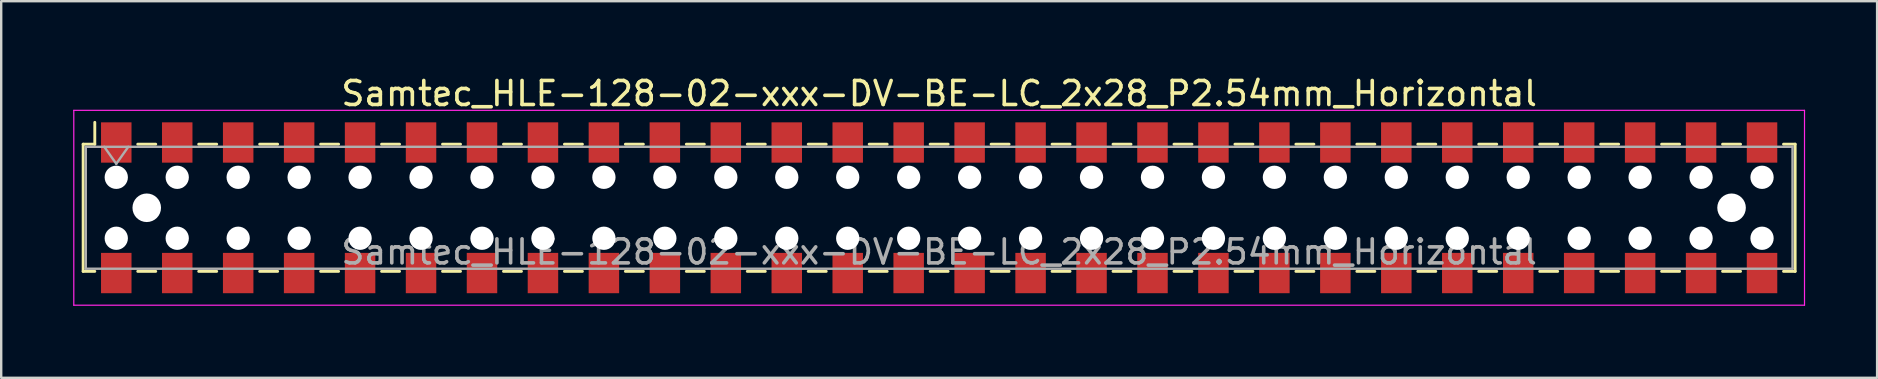
<source format=kicad_pcb>
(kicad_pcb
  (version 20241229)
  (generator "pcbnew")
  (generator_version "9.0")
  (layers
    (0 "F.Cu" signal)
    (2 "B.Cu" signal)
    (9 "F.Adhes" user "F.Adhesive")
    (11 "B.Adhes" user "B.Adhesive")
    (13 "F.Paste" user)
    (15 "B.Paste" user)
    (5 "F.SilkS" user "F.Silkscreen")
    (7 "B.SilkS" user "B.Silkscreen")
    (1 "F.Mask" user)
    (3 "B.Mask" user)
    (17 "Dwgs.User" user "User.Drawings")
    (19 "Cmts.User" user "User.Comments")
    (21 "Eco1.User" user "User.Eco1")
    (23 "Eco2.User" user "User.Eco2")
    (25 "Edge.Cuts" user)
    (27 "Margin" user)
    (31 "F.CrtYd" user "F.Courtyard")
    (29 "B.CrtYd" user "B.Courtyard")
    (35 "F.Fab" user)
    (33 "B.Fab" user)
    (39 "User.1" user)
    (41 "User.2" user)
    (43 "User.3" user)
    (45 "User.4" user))
  (footprint "Samtec_HLE-128-02-xxx-DV-BE-LC_2x28_P2.54mm_Horizontal"
    (layer "F.Cu")
    (at 36.085 5.608)
    (property "Reference" "Samtec_HLE-128-02-xxx-DV-BE-LC_2x28_P2.54mm_Horizontal" (at 0 -4.76 0) (layer "F.SilkS") (effects (font (size 1 1) (thickness 0.15))))
    (attr smd)
    (fp_line (start -35.67 -2.65) (end -35.67 2.65) (stroke (width 0.12) (type solid)) (layer "F.SilkS"))
    (fp_line (start -35.67 2.65) (end -35.185 2.65) (stroke (width 0.12) (type solid)) (layer "F.SilkS"))
    (fp_line (start -35.185 -3.56) (end -35.185 -2.65) (stroke (width 0.12) (type solid)) (layer "F.SilkS"))
    (fp_line (start -35.185 -2.65) (end -35.67 -2.65) (stroke (width 0.12) (type solid)) (layer "F.SilkS"))
    (fp_line (start -33.395 -2.65) (end -32.645 -2.65) (stroke (width 0.12) (type solid)) (layer "F.SilkS"))
    (fp_line (start -33.395 2.65) (end -32.645 2.65) (stroke (width 0.12) (type solid)) (layer "F.SilkS"))
    (fp_line (start -30.855 -2.65) (end -30.105 -2.65) (stroke (width 0.12) (type solid)) (layer "F.SilkS"))
    (fp_line (start -30.855 2.65) (end -30.105 2.65) (stroke (width 0.12) (type solid)) (layer "F.SilkS"))
    (fp_line (start -28.315 -2.65) (end -27.565 -2.65) (stroke (width 0.12) (type solid)) (layer "F.SilkS"))
    (fp_line (start -28.315 2.65) (end -27.565 2.65) (stroke (width 0.12) (type solid)) (layer "F.SilkS"))
    (fp_line (start -25.775 -2.65) (end -25.025 -2.65) (stroke (width 0.12) (type solid)) (layer "F.SilkS"))
    (fp_line (start -25.775 2.65) (end -25.025 2.65) (stroke (width 0.12) (type solid)) (layer "F.SilkS"))
    (fp_line (start -23.235 -2.65) (end -22.485 -2.65) (stroke (width 0.12) (type solid)) (layer "F.SilkS"))
    (fp_line (start -23.235 2.65) (end -22.485 2.65) (stroke (width 0.12) (type solid)) (layer "F.SilkS"))
    (fp_line (start -20.695 -2.65) (end -19.945 -2.65) (stroke (width 0.12) (type solid)) (layer "F.SilkS"))
    (fp_line (start -20.695 2.65) (end -19.945 2.65) (stroke (width 0.12) (type solid)) (layer "F.SilkS"))
    (fp_line (start -18.155 -2.65) (end -17.405 -2.65) (stroke (width 0.12) (type solid)) (layer "F.SilkS"))
    (fp_line (start -18.155 2.65) (end -17.405 2.65) (stroke (width 0.12) (type solid)) (layer "F.SilkS"))
    (fp_line (start -15.615 -2.65) (end -14.865 -2.65) (stroke (width 0.12) (type solid)) (layer "F.SilkS"))
    (fp_line (start -15.615 2.65) (end -14.865 2.65) (stroke (width 0.12) (type solid)) (layer "F.SilkS"))
    (fp_line (start -13.075 -2.65) (end -12.325 -2.65) (stroke (width 0.12) (type solid)) (layer "F.SilkS"))
    (fp_line (start -13.075 2.65) (end -12.325 2.65) (stroke (width 0.12) (type solid)) (layer "F.SilkS"))
    (fp_line (start -10.535 -2.65) (end -9.785 -2.65) (stroke (width 0.12) (type solid)) (layer "F.SilkS"))
    (fp_line (start -10.535 2.65) (end -9.785 2.65) (stroke (width 0.12) (type solid)) (layer "F.SilkS"))
    (fp_line (start -7.995 -2.65) (end -7.245 -2.65) (stroke (width 0.12) (type solid)) (layer "F.SilkS"))
    (fp_line (start -7.995 2.65) (end -7.245 2.65) (stroke (width 0.12) (type solid)) (layer "F.SilkS"))
    (fp_line (start -5.455 -2.65) (end -4.705 -2.65) (stroke (width 0.12) (type solid)) (layer "F.SilkS"))
    (fp_line (start -5.455 2.65) (end -4.705 2.65) (stroke (width 0.12) (type solid)) (layer "F.SilkS"))
    (fp_line (start -2.915 -2.65) (end -2.165 -2.65) (stroke (width 0.12) (type solid)) (layer "F.SilkS"))
    (fp_line (start -2.915 2.65) (end -2.165 2.65) (stroke (width 0.12) (type solid)) (layer "F.SilkS"))
    (fp_line (start -0.375 -2.65) (end 0.375 -2.65) (stroke (width 0.12) (type solid)) (layer "F.SilkS"))
    (fp_line (start -0.375 2.65) (end 0.375 2.65) (stroke (width 0.12) (type solid)) (layer "F.SilkS"))
    (fp_line (start 2.165 -2.65) (end 2.915 -2.65) (stroke (width 0.12) (type solid)) (layer "F.SilkS"))
    (fp_line (start 2.165 2.65) (end 2.915 2.65) (stroke (width 0.12) (type solid)) (layer "F.SilkS"))
    (fp_line (start 4.705 -2.65) (end 5.455 -2.65) (stroke (width 0.12) (type solid)) (layer "F.SilkS"))
    (fp_line (start 4.705 2.65) (end 5.455 2.65) (stroke (width 0.12) (type solid)) (layer "F.SilkS"))
    (fp_line (start 7.245 -2.65) (end 7.995 -2.65) (stroke (width 0.12) (type solid)) (layer "F.SilkS"))
    (fp_line (start 7.245 2.65) (end 7.995 2.65) (stroke (width 0.12) (type solid)) (layer "F.SilkS"))
    (fp_line (start 9.785 -2.65) (end 10.535 -2.65) (stroke (width 0.12) (type solid)) (layer "F.SilkS"))
    (fp_line (start 9.785 2.65) (end 10.535 2.65) (stroke (width 0.12) (type solid)) (layer "F.SilkS"))
    (fp_line (start 12.325 -2.65) (end 13.075 -2.65) (stroke (width 0.12) (type solid)) (layer "F.SilkS"))
    (fp_line (start 12.325 2.65) (end 13.075 2.65) (stroke (width 0.12) (type solid)) (layer "F.SilkS"))
    (fp_line (start 14.865 -2.65) (end 15.615 -2.65) (stroke (width 0.12) (type solid)) (layer "F.SilkS"))
    (fp_line (start 14.865 2.65) (end 15.615 2.65) (stroke (width 0.12) (type solid)) (layer "F.SilkS"))
    (fp_line (start 17.405 -2.65) (end 18.155 -2.65) (stroke (width 0.12) (type solid)) (layer "F.SilkS"))
    (fp_line (start 17.405 2.65) (end 18.155 2.65) (stroke (width 0.12) (type solid)) (layer "F.SilkS"))
    (fp_line (start 19.945 -2.65) (end 20.695 -2.65) (stroke (width 0.12) (type solid)) (layer "F.SilkS"))
    (fp_line (start 19.945 2.65) (end 20.695 2.65) (stroke (width 0.12) (type solid)) (layer "F.SilkS"))
    (fp_line (start 22.485 -2.65) (end 23.235 -2.65) (stroke (width 0.12) (type solid)) (layer "F.SilkS"))
    (fp_line (start 22.485 2.65) (end 23.235 2.65) (stroke (width 0.12) (type solid)) (layer "F.SilkS"))
    (fp_line (start 25.025 -2.65) (end 25.775 -2.65) (stroke (width 0.12) (type solid)) (layer "F.SilkS"))
    (fp_line (start 25.025 2.65) (end 25.775 2.65) (stroke (width 0.12) (type solid)) (layer "F.SilkS"))
    (fp_line (start 27.565 -2.65) (end 28.315 -2.65) (stroke (width 0.12) (type solid)) (layer "F.SilkS"))
    (fp_line (start 27.565 2.65) (end 28.315 2.65) (stroke (width 0.12) (type solid)) (layer "F.SilkS"))
    (fp_line (start 30.105 -2.65) (end 30.855 -2.65) (stroke (width 0.12) (type solid)) (layer "F.SilkS"))
    (fp_line (start 30.105 2.65) (end 30.855 2.65) (stroke (width 0.12) (type solid)) (layer "F.SilkS"))
    (fp_line (start 32.645 -2.65) (end 33.395 -2.65) (stroke (width 0.12) (type solid)) (layer "F.SilkS"))
    (fp_line (start 32.645 2.65) (end 33.395 2.65) (stroke (width 0.12) (type solid)) (layer "F.SilkS"))
    (fp_line (start 35.185 -2.65) (end 35.67 -2.65) (stroke (width 0.12) (type solid)) (layer "F.SilkS"))
    (fp_line (start 35.67 -2.65) (end 35.67 2.65) (stroke (width 0.12) (type solid)) (layer "F.SilkS"))
    (fp_line (start 35.67 2.65) (end 35.185 2.65) (stroke (width 0.12) (type solid)) (layer "F.SilkS"))
    (fp_line (start -36.06 -4.06) (end 36.06 -4.06) (stroke (width 0.05) (type solid)) (layer "F.CrtYd"))
    (fp_line (start -36.06 4.06) (end -36.06 -4.06) (stroke (width 0.05) (type solid)) (layer "F.CrtYd"))
    (fp_line (start 36.06 -4.06) (end 36.06 4.06) (stroke (width 0.05) (type solid)) (layer "F.CrtYd"))
    (fp_line (start 36.06 4.06) (end -36.06 4.06) (stroke (width 0.05) (type solid)) (layer "F.CrtYd"))
    (fp_line (start -35.56 -2.54) (end 35.56 -2.54) (stroke (width 0.1) (type solid)) (layer "F.Fab"))
    (fp_line (start -35.56 2.54) (end -35.56 -2.54) (stroke (width 0.1) (type solid)) (layer "F.Fab"))
    (fp_line (start -34.79 -2.54) (end -34.29 -1.833) (stroke (width 0.1) (type solid)) (layer "F.Fab"))
    (fp_line (start -34.29 -1.833) (end -33.79 -2.54) (stroke (width 0.1) (type solid)) (layer "F.Fab"))
    (fp_line (start 35.56 -2.54) (end 35.56 2.54) (stroke (width 0.1) (type solid)) (layer "F.Fab"))
    (fp_line (start 35.56 2.54) (end -35.56 2.54) (stroke (width 0.1) (type solid)) (layer "F.Fab"))
    (fp_text user "${REFERENCE}" (at 0 1.84 0) (layer "F.Fab") (effects (font (size 1 1) (thickness 0.15))))
    (pad "" np_thru_hole circle (at -34.29 -1.27) (size 0.97 0.97) (drill 0.97) (layers "*.Cu" "*.Mask"))
    (pad "" np_thru_hole circle (at -34.29 1.27) (size 0.97 0.97) (drill 0.97) (layers "*.Cu" "*.Mask"))
    (pad "" np_thru_hole circle (at -33.02 0) (size 1.19 1.19) (drill 1.19) (layers "*.Cu" "*.Mask"))
    (pad "" np_thru_hole circle (at -31.75 -1.27) (size 0.97 0.97) (drill 0.97) (layers "*.Cu" "*.Mask"))
    (pad "" np_thru_hole circle (at -31.75 1.27) (size 0.97 0.97) (drill 0.97) (layers "*.Cu" "*.Mask"))
    (pad "" np_thru_hole circle (at -29.21 -1.27) (size 0.97 0.97) (drill 0.97) (layers "*.Cu" "*.Mask"))
    (pad "" np_thru_hole circle (at -29.21 1.27) (size 0.97 0.97) (drill 0.97) (layers "*.Cu" "*.Mask"))
    (pad "" np_thru_hole circle (at -26.67 -1.27) (size 0.97 0.97) (drill 0.97) (layers "*.Cu" "*.Mask"))
    (pad "" np_thru_hole circle (at -26.67 1.27) (size 0.97 0.97) (drill 0.97) (layers "*.Cu" "*.Mask"))
    (pad "" np_thru_hole circle (at -24.13 -1.27) (size 0.97 0.97) (drill 0.97) (layers "*.Cu" "*.Mask"))
    (pad "" np_thru_hole circle (at -24.13 1.27) (size 0.97 0.97) (drill 0.97) (layers "*.Cu" "*.Mask"))
    (pad "" np_thru_hole circle (at -21.59 -1.27) (size 0.97 0.97) (drill 0.97) (layers "*.Cu" "*.Mask"))
    (pad "" np_thru_hole circle (at -21.59 1.27) (size 0.97 0.97) (drill 0.97) (layers "*.Cu" "*.Mask"))
    (pad "" np_thru_hole circle (at -19.05 -1.27) (size 0.97 0.97) (drill 0.97) (layers "*.Cu" "*.Mask"))
    (pad "" np_thru_hole circle (at -19.05 1.27) (size 0.97 0.97) (drill 0.97) (layers "*.Cu" "*.Mask"))
    (pad "" np_thru_hole circle (at -16.51 -1.27) (size 0.97 0.97) (drill 0.97) (layers "*.Cu" "*.Mask"))
    (pad "" np_thru_hole circle (at -16.51 1.27) (size 0.97 0.97) (drill 0.97) (layers "*.Cu" "*.Mask"))
    (pad "" np_thru_hole circle (at -13.97 -1.27) (size 0.97 0.97) (drill 0.97) (layers "*.Cu" "*.Mask"))
    (pad "" np_thru_hole circle (at -13.97 1.27) (size 0.97 0.97) (drill 0.97) (layers "*.Cu" "*.Mask"))
    (pad "" np_thru_hole circle (at -11.43 -1.27) (size 0.97 0.97) (drill 0.97) (layers "*.Cu" "*.Mask"))
    (pad "" np_thru_hole circle (at -11.43 1.27) (size 0.97 0.97) (drill 0.97) (layers "*.Cu" "*.Mask"))
    (pad "" np_thru_hole circle (at -8.89 -1.27) (size 0.97 0.97) (drill 0.97) (layers "*.Cu" "*.Mask"))
    (pad "" np_thru_hole circle (at -8.89 1.27) (size 0.97 0.97) (drill 0.97) (layers "*.Cu" "*.Mask"))
    (pad "" np_thru_hole circle (at -6.35 -1.27) (size 0.97 0.97) (drill 0.97) (layers "*.Cu" "*.Mask"))
    (pad "" np_thru_hole circle (at -6.35 1.27) (size 0.97 0.97) (drill 0.97) (layers "*.Cu" "*.Mask"))
    (pad "" np_thru_hole circle (at -3.81 -1.27) (size 0.97 0.97) (drill 0.97) (layers "*.Cu" "*.Mask"))
    (pad "" np_thru_hole circle (at -3.81 1.27) (size 0.97 0.97) (drill 0.97) (layers "*.Cu" "*.Mask"))
    (pad "" np_thru_hole circle (at -1.27 -1.27) (size 0.97 0.97) (drill 0.97) (layers "*.Cu" "*.Mask"))
    (pad "" np_thru_hole circle (at -1.27 1.27) (size 0.97 0.97) (drill 0.97) (layers "*.Cu" "*.Mask"))
    (pad "" np_thru_hole circle (at 1.27 -1.27) (size 0.97 0.97) (drill 0.97) (layers "*.Cu" "*.Mask"))
    (pad "" np_thru_hole circle (at 1.27 1.27) (size 0.97 0.97) (drill 0.97) (layers "*.Cu" "*.Mask"))
    (pad "" np_thru_hole circle (at 3.81 -1.27) (size 0.97 0.97) (drill 0.97) (layers "*.Cu" "*.Mask"))
    (pad "" np_thru_hole circle (at 3.81 1.27) (size 0.97 0.97) (drill 0.97) (layers "*.Cu" "*.Mask"))
    (pad "" np_thru_hole circle (at 6.35 -1.27) (size 0.97 0.97) (drill 0.97) (layers "*.Cu" "*.Mask"))
    (pad "" np_thru_hole circle (at 6.35 1.27) (size 0.97 0.97) (drill 0.97) (layers "*.Cu" "*.Mask"))
    (pad "" np_thru_hole circle (at 8.89 -1.27) (size 0.97 0.97) (drill 0.97) (layers "*.Cu" "*.Mask"))
    (pad "" np_thru_hole circle (at 8.89 1.27) (size 0.97 0.97) (drill 0.97) (layers "*.Cu" "*.Mask"))
    (pad "" np_thru_hole circle (at 11.43 -1.27) (size 0.97 0.97) (drill 0.97) (layers "*.Cu" "*.Mask"))
    (pad "" np_thru_hole circle (at 11.43 1.27) (size 0.97 0.97) (drill 0.97) (layers "*.Cu" "*.Mask"))
    (pad "" np_thru_hole circle (at 13.97 -1.27) (size 0.97 0.97) (drill 0.97) (layers "*.Cu" "*.Mask"))
    (pad "" np_thru_hole circle (at 13.97 1.27) (size 0.97 0.97) (drill 0.97) (layers "*.Cu" "*.Mask"))
    (pad "" np_thru_hole circle (at 16.51 -1.27) (size 0.97 0.97) (drill 0.97) (layers "*.Cu" "*.Mask"))
    (pad "" np_thru_hole circle (at 16.51 1.27) (size 0.97 0.97) (drill 0.97) (layers "*.Cu" "*.Mask"))
    (pad "" np_thru_hole circle (at 19.05 -1.27) (size 0.97 0.97) (drill 0.97) (layers "*.Cu" "*.Mask"))
    (pad "" np_thru_hole circle (at 19.05 1.27) (size 0.97 0.97) (drill 0.97) (layers "*.Cu" "*.Mask"))
    (pad "" np_thru_hole circle (at 21.59 -1.27) (size 0.97 0.97) (drill 0.97) (layers "*.Cu" "*.Mask"))
    (pad "" np_thru_hole circle (at 21.59 1.27) (size 0.97 0.97) (drill 0.97) (layers "*.Cu" "*.Mask"))
    (pad "" np_thru_hole circle (at 24.13 -1.27) (size 0.97 0.97) (drill 0.97) (layers "*.Cu" "*.Mask"))
    (pad "" np_thru_hole circle (at 24.13 1.27) (size 0.97 0.97) (drill 0.97) (layers "*.Cu" "*.Mask"))
    (pad "" np_thru_hole circle (at 26.67 -1.27) (size 0.97 0.97) (drill 0.97) (layers "*.Cu" "*.Mask"))
    (pad "" np_thru_hole circle (at 26.67 1.27) (size 0.97 0.97) (drill 0.97) (layers "*.Cu" "*.Mask"))
    (pad "" np_thru_hole circle (at 29.21 -1.27) (size 0.97 0.97) (drill 0.97) (layers "*.Cu" "*.Mask"))
    (pad "" np_thru_hole circle (at 29.21 1.27) (size 0.97 0.97) (drill 0.97) (layers "*.Cu" "*.Mask"))
    (pad "" np_thru_hole circle (at 31.75 -1.27) (size 0.97 0.97) (drill 0.97) (layers "*.Cu" "*.Mask"))
    (pad "" np_thru_hole circle (at 31.75 1.27) (size 0.97 0.97) (drill 0.97) (layers "*.Cu" "*.Mask"))
    (pad "" np_thru_hole circle (at 33.02 0) (size 1.19 1.19) (drill 1.19) (layers "*.Cu" "*.Mask"))
    (pad "" np_thru_hole circle (at 34.29 -1.27) (size 0.97 0.97) (drill 0.97) (layers "*.Cu" "*.Mask"))
    (pad "" np_thru_hole circle (at 34.29 1.27) (size 0.97 0.97) (drill 0.97) (layers "*.Cu" "*.Mask"))
    (pad "1" smd rect (at -34.29 -2.72) (size 1.27 1.68) (layers "F.Cu" "F.Mask" "F.Paste"))
    (pad "2" smd rect (at -34.29 2.72) (size 1.27 1.68) (layers "F.Cu" "F.Mask" "F.Paste"))
    (pad "3" smd rect (at -31.75 -2.72) (size 1.27 1.68) (layers "F.Cu" "F.Mask" "F.Paste"))
    (pad "4" smd rect (at -31.75 2.72) (size 1.27 1.68) (layers "F.Cu" "F.Mask" "F.Paste"))
    (pad "5" smd rect (at -29.21 -2.72) (size 1.27 1.68) (layers "F.Cu" "F.Mask" "F.Paste"))
    (pad "6" smd rect (at -29.21 2.72) (size 1.27 1.68) (layers "F.Cu" "F.Mask" "F.Paste"))
    (pad "7" smd rect (at -26.67 -2.72) (size 1.27 1.68) (layers "F.Cu" "F.Mask" "F.Paste"))
    (pad "8" smd rect (at -26.67 2.72) (size 1.27 1.68) (layers "F.Cu" "F.Mask" "F.Paste"))
    (pad "9" smd rect (at -24.13 -2.72) (size 1.27 1.68) (layers "F.Cu" "F.Mask" "F.Paste"))
    (pad "10" smd rect (at -24.13 2.72) (size 1.27 1.68) (layers "F.Cu" "F.Mask" "F.Paste"))
    (pad "11" smd rect (at -21.59 -2.72) (size 1.27 1.68) (layers "F.Cu" "F.Mask" "F.Paste"))
    (pad "12" smd rect (at -21.59 2.72) (size 1.27 1.68) (layers "F.Cu" "F.Mask" "F.Paste"))
    (pad "13" smd rect (at -19.05 -2.72) (size 1.27 1.68) (layers "F.Cu" "F.Mask" "F.Paste"))
    (pad "14" smd rect (at -19.05 2.72) (size 1.27 1.68) (layers "F.Cu" "F.Mask" "F.Paste"))
    (pad "15" smd rect (at -16.51 -2.72) (size 1.27 1.68) (layers "F.Cu" "F.Mask" "F.Paste"))
    (pad "16" smd rect (at -16.51 2.72) (size 1.27 1.68) (layers "F.Cu" "F.Mask" "F.Paste"))
    (pad "17" smd rect (at -13.97 -2.72) (size 1.27 1.68) (layers "F.Cu" "F.Mask" "F.Paste"))
    (pad "18" smd rect (at -13.97 2.72) (size 1.27 1.68) (layers "F.Cu" "F.Mask" "F.Paste"))
    (pad "19" smd rect (at -11.43 -2.72) (size 1.27 1.68) (layers "F.Cu" "F.Mask" "F.Paste"))
    (pad "20" smd rect (at -11.43 2.72) (size 1.27 1.68) (layers "F.Cu" "F.Mask" "F.Paste"))
    (pad "21" smd rect (at -8.89 -2.72) (size 1.27 1.68) (layers "F.Cu" "F.Mask" "F.Paste"))
    (pad "22" smd rect (at -8.89 2.72) (size 1.27 1.68) (layers "F.Cu" "F.Mask" "F.Paste"))
    (pad "23" smd rect (at -6.35 -2.72) (size 1.27 1.68) (layers "F.Cu" "F.Mask" "F.Paste"))
    (pad "24" smd rect (at -6.35 2.72) (size 1.27 1.68) (layers "F.Cu" "F.Mask" "F.Paste"))
    (pad "25" smd rect (at -3.81 -2.72) (size 1.27 1.68) (layers "F.Cu" "F.Mask" "F.Paste"))
    (pad "26" smd rect (at -3.81 2.72) (size 1.27 1.68) (layers "F.Cu" "F.Mask" "F.Paste"))
    (pad "27" smd rect (at -1.27 -2.72) (size 1.27 1.68) (layers "F.Cu" "F.Mask" "F.Paste"))
    (pad "28" smd rect (at -1.27 2.72) (size 1.27 1.68) (layers "F.Cu" "F.Mask" "F.Paste"))
    (pad "29" smd rect (at 1.27 -2.72) (size 1.27 1.68) (layers "F.Cu" "F.Mask" "F.Paste"))
    (pad "30" smd rect (at 1.27 2.72) (size 1.27 1.68) (layers "F.Cu" "F.Mask" "F.Paste"))
    (pad "31" smd rect (at 3.81 -2.72) (size 1.27 1.68) (layers "F.Cu" "F.Mask" "F.Paste"))
    (pad "32" smd rect (at 3.81 2.72) (size 1.27 1.68) (layers "F.Cu" "F.Mask" "F.Paste"))
    (pad "33" smd rect (at 6.35 -2.72) (size 1.27 1.68) (layers "F.Cu" "F.Mask" "F.Paste"))
    (pad "34" smd rect (at 6.35 2.72) (size 1.27 1.68) (layers "F.Cu" "F.Mask" "F.Paste"))
    (pad "35" smd rect (at 8.89 -2.72) (size 1.27 1.68) (layers "F.Cu" "F.Mask" "F.Paste"))
    (pad "36" smd rect (at 8.89 2.72) (size 1.27 1.68) (layers "F.Cu" "F.Mask" "F.Paste"))
    (pad "37" smd rect (at 11.43 -2.72) (size 1.27 1.68) (layers "F.Cu" "F.Mask" "F.Paste"))
    (pad "38" smd rect (at 11.43 2.72) (size 1.27 1.68) (layers "F.Cu" "F.Mask" "F.Paste"))
    (pad "39" smd rect (at 13.97 -2.72) (size 1.27 1.68) (layers "F.Cu" "F.Mask" "F.Paste"))
    (pad "40" smd rect (at 13.97 2.72) (size 1.27 1.68) (layers "F.Cu" "F.Mask" "F.Paste"))
    (pad "41" smd rect (at 16.51 -2.72) (size 1.27 1.68) (layers "F.Cu" "F.Mask" "F.Paste"))
    (pad "42" smd rect (at 16.51 2.72) (size 1.27 1.68) (layers "F.Cu" "F.Mask" "F.Paste"))
    (pad "43" smd rect (at 19.05 -2.72) (size 1.27 1.68) (layers "F.Cu" "F.Mask" "F.Paste"))
    (pad "44" smd rect (at 19.05 2.72) (size 1.27 1.68) (layers "F.Cu" "F.Mask" "F.Paste"))
    (pad "45" smd rect (at 21.59 -2.72) (size 1.27 1.68) (layers "F.Cu" "F.Mask" "F.Paste"))
    (pad "46" smd rect (at 21.59 2.72) (size 1.27 1.68) (layers "F.Cu" "F.Mask" "F.Paste"))
    (pad "47" smd rect (at 24.13 -2.72) (size 1.27 1.68) (layers "F.Cu" "F.Mask" "F.Paste"))
    (pad "48" smd rect (at 24.13 2.72) (size 1.27 1.68) (layers "F.Cu" "F.Mask" "F.Paste"))
    (pad "49" smd rect (at 26.67 -2.72) (size 1.27 1.68) (layers "F.Cu" "F.Mask" "F.Paste"))
    (pad "50" smd rect (at 26.67 2.72) (size 1.27 1.68) (layers "F.Cu" "F.Mask" "F.Paste"))
    (pad "51" smd rect (at 29.21 -2.72) (size 1.27 1.68) (layers "F.Cu" "F.Mask" "F.Paste"))
    (pad "52" smd rect (at 29.21 2.72) (size 1.27 1.68) (layers "F.Cu" "F.Mask" "F.Paste"))
    (pad "53" smd rect (at 31.75 -2.72) (size 1.27 1.68) (layers "F.Cu" "F.Mask" "F.Paste"))
    (pad "54" smd rect (at 31.75 2.72) (size 1.27 1.68) (layers "F.Cu" "F.Mask" "F.Paste"))
    (pad "55" smd rect (at 34.29 -2.72) (size 1.27 1.68) (layers "F.Cu" "F.Mask" "F.Paste"))
    (pad "56" smd rect (at 34.29 2.72) (size 1.27 1.68) (layers "F.Cu" "F.Mask" "F.Paste")))
  (gr_rect
    (start -3 -3)
    (end 75.17 12.693)
    (stroke (width 0.1) (type default))
    (fill no)
    (layer "Edge.Cuts")))
</source>
